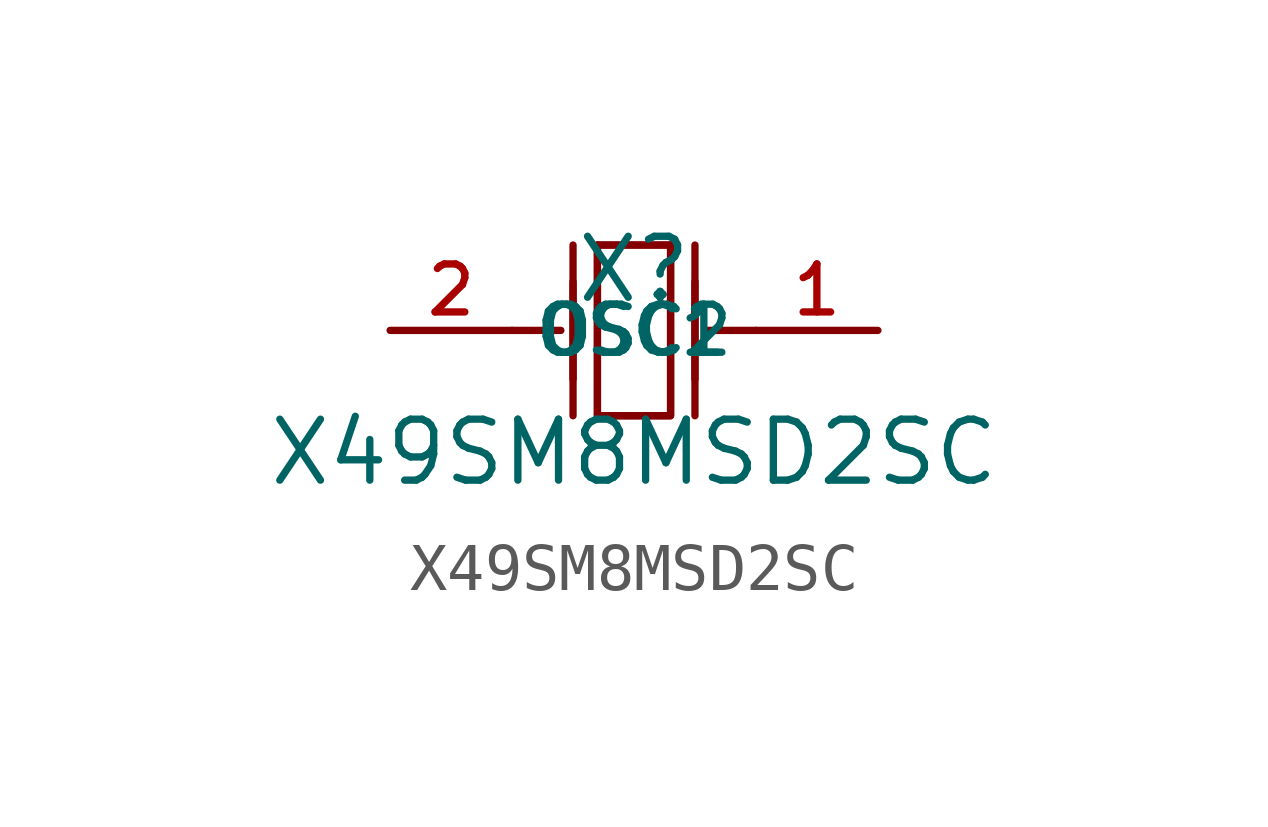
<source format=kicad_sym>
(kicad_symbol_lib
  (version 20210201)
  (generator TousstNicolas/JLC2KiCad_lib)
  (symbol "X49SM8MSD2SC"
    (property "Reference" "X"
      (at 0 1.27 0)
      (effects (font (size 1.27 1.27))))
    (property "Value" "X49SM8MSD2SC"
      (at 0 -2.54 0)
      (effects (font (size 1.27 1.27))))
    (symbol "X49SM8MSD2SC_0_1"
      (pin input line (at 5.08 -0.0 180) (length 2.54) (name "OSC1" (effects (font (size 1 1)))) (number "1" (effects (font (size 1 1)))))
      (pin input line (at -5.08 -0.0 0) (length 2.54) (name "OSC2" (effects (font (size 1 1)))) (number "2" (effects (font (size 1 1)))))
      (polyline (pts (xy 1.27 1.016) (xy 1.27 -1.016)) (stroke (width 0) (type default) (color 0 0 0 0)) (fill (type none)))
      (polyline (pts (xy -0.762 1.778) (xy 0.762 1.778)) (stroke (width 0) (type default) (color 0 0 0 0)) (fill (type none)))
      (polyline (pts (xy -1.27 1.016) (xy -1.27 -1.016)) (stroke (width 0) (type default) (color 0 0 0 0)) (fill (type none)))
      (polyline (pts (xy 0.762 1.778) (xy 0.762 -1.778) (xy -0.762 -1.778) (xy -0.762 1.778)) (stroke (width 0) (type default) (color 0 0 0 0)) (fill (type none)))
      (polyline (pts (xy -2.54 -0.0) (xy -1.524 -0.0)) (stroke (width 0) (type default) (color 0 0 0 0)) (fill (type none)))
      (polyline (pts (xy 2.54 -0.0) (xy 1.524 -0.0)) (stroke (width 0) (type default) (color 0 0 0 0)) (fill (type none)))
      (polyline (pts (xy -1.27 1.778) (xy -1.27 -1.778)) (stroke (width 0) (type default) (color 0 0 0 0)) (fill (type none)))
      (polyline (pts (xy 1.27 1.778) (xy 1.27 -1.778)) (stroke (width 0) (type default) (color 0 0 0 0)) (fill (type none)))
      (polyline (pts (xy -0.762 -1.778) (xy -0.762 1.778) (xy 0.762 1.778) (xy 0.762 -1.778) (xy -0.762 -1.778)) (stroke (width 0) (type default) (color 0 0 0 0)) (fill (type none))))))
</source>
